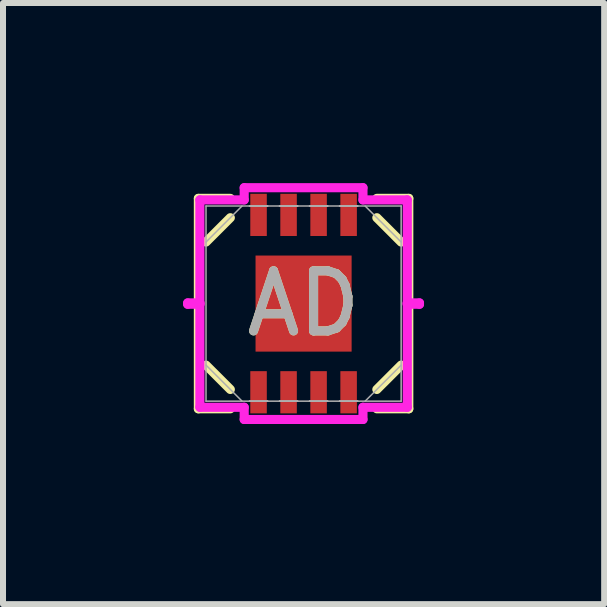
<source format=kicad_pcb>
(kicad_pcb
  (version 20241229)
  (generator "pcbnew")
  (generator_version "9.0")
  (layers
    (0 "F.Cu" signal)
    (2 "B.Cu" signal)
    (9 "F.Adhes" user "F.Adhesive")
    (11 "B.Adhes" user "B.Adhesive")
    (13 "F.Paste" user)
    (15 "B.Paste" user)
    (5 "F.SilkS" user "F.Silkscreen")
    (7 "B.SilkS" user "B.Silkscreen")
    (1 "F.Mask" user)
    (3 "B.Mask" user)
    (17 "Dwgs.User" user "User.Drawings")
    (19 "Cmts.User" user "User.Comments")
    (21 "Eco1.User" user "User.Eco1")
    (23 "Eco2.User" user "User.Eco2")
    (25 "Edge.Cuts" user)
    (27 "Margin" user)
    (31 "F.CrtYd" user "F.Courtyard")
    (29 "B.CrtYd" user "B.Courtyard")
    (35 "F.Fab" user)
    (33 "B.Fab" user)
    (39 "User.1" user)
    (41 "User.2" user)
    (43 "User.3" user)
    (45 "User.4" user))
  (footprint "AD"
    (layer "F.Cu")
    (at 2.006 2.006)
    (property "Reference" "AD" (at 0 0 0) (unlocked yes) (layer "F.SilkS") (effects (font (size 1 1) (thickness 0.15))))
    (attr smd)
    (fp_line (start -1.752 -1.752) (end -1.752 1.752) (stroke (width 0.152) (type solid)) (layer "F.SilkS"))
    (fp_line (start -1.752 1.752) (end -1.22 1.752) (stroke (width 0.152) (type solid)) (layer "F.SilkS"))
    (fp_line (start -1.625 -1.025) (end -1.22 -1.43) (stroke (width 0.152) (type solid)) (layer "F.SilkS"))
    (fp_line (start -1.22 -1.752) (end -1.752 -1.752) (stroke (width 0.152) (type solid)) (layer "F.SilkS"))
    (fp_line (start -1.22 1.43) (end -1.625 1.025) (stroke (width 0.152) (type solid)) (layer "F.SilkS"))
    (fp_line (start 1.22 -1.43) (end 1.625 -1.025) (stroke (width 0.152) (type solid)) (layer "F.SilkS"))
    (fp_line (start 1.22 1.43) (end 1.625 1.025) (stroke (width 0.152) (type solid)) (layer "F.SilkS"))
    (fp_line (start 1.22 1.752) (end 1.752 1.752) (stroke (width 0.152) (type solid)) (layer "F.SilkS"))
    (fp_line (start 1.752 -1.752) (end 1.22 -1.752) (stroke (width 0.152) (type solid)) (layer "F.SilkS"))
    (fp_line (start 1.752 1.752) (end 1.752 -1.752) (stroke (width 0.152) (type solid)) (layer "F.SilkS"))
    (fp_line (start -1.93 -0.011) (end -1.93 0.011) (stroke (width 0.152) (type solid)) (layer "F.CrtYd"))
    (fp_line (start -1.93 0.011) (end -1.727 0.011) (stroke (width 0.152) (type solid)) (layer "F.CrtYd"))
    (fp_line (start -1.727 -1.727) (end -0.989 -1.727) (stroke (width 0.152) (type solid)) (layer "F.CrtYd"))
    (fp_line (start -1.727 -0.011) (end -1.93 -0.011) (stroke (width 0.152) (type solid)) (layer "F.CrtYd"))
    (fp_line (start -1.727 0.011) (end -1.727 -1.727) (stroke (width 0.152) (type solid)) (layer "F.CrtYd"))
    (fp_line (start -1.727 1.727) (end -1.727 -0.011) (stroke (width 0.152) (type solid)) (layer "F.CrtYd"))
    (fp_line (start -0.989 -1.93) (end 0.989 -1.93) (stroke (width 0.152) (type solid)) (layer "F.CrtYd"))
    (fp_line (start -0.989 -1.727) (end -0.989 -1.93) (stroke (width 0.152) (type solid)) (layer "F.CrtYd"))
    (fp_line (start -0.989 1.727) (end -1.727 1.727) (stroke (width 0.152) (type solid)) (layer "F.CrtYd"))
    (fp_line (start -0.989 1.93) (end -0.989 1.727) (stroke (width 0.152) (type solid)) (layer "F.CrtYd"))
    (fp_line (start 0.989 -1.93) (end 0.989 -1.727) (stroke (width 0.152) (type solid)) (layer "F.CrtYd"))
    (fp_line (start 0.989 -1.727) (end 1.727 -1.727) (stroke (width 0.152) (type solid)) (layer "F.CrtYd"))
    (fp_line (start 0.989 1.727) (end 0.989 1.93) (stroke (width 0.152) (type solid)) (layer "F.CrtYd"))
    (fp_line (start 0.989 1.93) (end -0.989 1.93) (stroke (width 0.152) (type solid)) (layer "F.CrtYd"))
    (fp_line (start 1.727 -1.727) (end 1.727 0.011) (stroke (width 0.152) (type solid)) (layer "F.CrtYd"))
    (fp_line (start 1.727 -0.011) (end 1.727 1.727) (stroke (width 0.152) (type solid)) (layer "F.CrtYd"))
    (fp_line (start 1.727 0.011) (end 1.93 0.011) (stroke (width 0.152) (type solid)) (layer "F.CrtYd"))
    (fp_line (start 1.727 1.727) (end 0.989 1.727) (stroke (width 0.152) (type solid)) (layer "F.CrtYd"))
    (fp_line (start 1.93 -0.011) (end 1.727 -0.011) (stroke (width 0.152) (type solid)) (layer "F.CrtYd"))
    (fp_line (start 1.93 0.011) (end 1.93 -0.011) (stroke (width 0.152) (type solid)) (layer "F.CrtYd"))
    (fp_line (start -1.625 -1.625) (end -1.625 1.625) (stroke (width 0.025) (type solid)) (layer "F.Fab"))
    (fp_line (start -1.625 -1.025) (end -1.025 -1.625) (stroke (width 0.025) (type solid)) (layer "F.Fab"))
    (fp_line (start -1.625 1.625) (end 1.625 1.625) (stroke (width 0.025) (type solid)) (layer "F.Fab"))
    (fp_line (start -1.025 1.625) (end -1.625 1.025) (stroke (width 0.025) (type solid)) (layer "F.Fab"))
    (fp_line (start -0.9 -1.625) (end -0.9 -1.625) (stroke (width 0.025) (type solid)) (layer "F.Fab"))
    (fp_line (start -0.9 -1.625) (end -0.6 -1.625) (stroke (width 0.025) (type solid)) (layer "F.Fab"))
    (fp_line (start -0.9 1.625) (end -0.9 1.625) (stroke (width 0.025) (type solid)) (layer "F.Fab"))
    (fp_line (start -0.9 1.625) (end -0.6 1.625) (stroke (width 0.025) (type solid)) (layer "F.Fab"))
    (fp_line (start -0.6 -1.625) (end -0.9 -1.625) (stroke (width 0.025) (type solid)) (layer "F.Fab"))
    (fp_line (start -0.6 -1.625) (end -0.6 -1.625) (stroke (width 0.025) (type solid)) (layer "F.Fab"))
    (fp_line (start -0.6 1.625) (end -0.9 1.625) (stroke (width 0.025) (type solid)) (layer "F.Fab"))
    (fp_line (start -0.6 1.625) (end -0.6 1.625) (stroke (width 0.025) (type solid)) (layer "F.Fab"))
    (fp_line (start -0.4 -1.625) (end -0.4 -1.625) (stroke (width 0.025) (type solid)) (layer "F.Fab"))
    (fp_line (start -0.4 -1.625) (end -0.1 -1.625) (stroke (width 0.025) (type solid)) (layer "F.Fab"))
    (fp_line (start -0.4 1.625) (end -0.4 1.625) (stroke (width 0.025) (type solid)) (layer "F.Fab"))
    (fp_line (start -0.4 1.625) (end -0.1 1.625) (stroke (width 0.025) (type solid)) (layer "F.Fab"))
    (fp_line (start -0.1 -1.625) (end -0.4 -1.625) (stroke (width 0.025) (type solid)) (layer "F.Fab"))
    (fp_line (start -0.1 -1.625) (end -0.1 -1.625) (stroke (width 0.025) (type solid)) (layer "F.Fab"))
    (fp_line (start -0.1 1.625) (end -0.4 1.625) (stroke (width 0.025) (type solid)) (layer "F.Fab"))
    (fp_line (start -0.1 1.625) (end -0.1 1.625) (stroke (width 0.025) (type solid)) (layer "F.Fab"))
    (fp_line (start 0.1 -1.625) (end 0.1 -1.625) (stroke (width 0.025) (type solid)) (layer "F.Fab"))
    (fp_line (start 0.1 -1.625) (end 0.4 -1.625) (stroke (width 0.025) (type solid)) (layer "F.Fab"))
    (fp_line (start 0.1 1.625) (end 0.1 1.625) (stroke (width 0.025) (type solid)) (layer "F.Fab"))
    (fp_line (start 0.1 1.625) (end 0.4 1.625) (stroke (width 0.025) (type solid)) (layer "F.Fab"))
    (fp_line (start 0.4 -1.625) (end 0.1 -1.625) (stroke (width 0.025) (type solid)) (layer "F.Fab"))
    (fp_line (start 0.4 -1.625) (end 0.4 -1.625) (stroke (width 0.025) (type solid)) (layer "F.Fab"))
    (fp_line (start 0.4 1.625) (end 0.1 1.625) (stroke (width 0.025) (type solid)) (layer "F.Fab"))
    (fp_line (start 0.4 1.625) (end 0.4 1.625) (stroke (width 0.025) (type solid)) (layer "F.Fab"))
    (fp_line (start 0.6 -1.625) (end 0.6 -1.625) (stroke (width 0.025) (type solid)) (layer "F.Fab"))
    (fp_line (start 0.6 -1.625) (end 0.9 -1.625) (stroke (width 0.025) (type solid)) (layer "F.Fab"))
    (fp_line (start 0.6 1.625) (end 0.6 1.625) (stroke (width 0.025) (type solid)) (layer "F.Fab"))
    (fp_line (start 0.6 1.625) (end 0.9 1.625) (stroke (width 0.025) (type solid)) (layer "F.Fab"))
    (fp_line (start 0.9 -1.625) (end 0.6 -1.625) (stroke (width 0.025) (type solid)) (layer "F.Fab"))
    (fp_line (start 0.9 -1.625) (end 0.9 -1.625) (stroke (width 0.025) (type solid)) (layer "F.Fab"))
    (fp_line (start 0.9 1.625) (end 0.6 1.625) (stroke (width 0.025) (type solid)) (layer "F.Fab"))
    (fp_line (start 0.9 1.625) (end 0.9 1.625) (stroke (width 0.025) (type solid)) (layer "F.Fab"))
    (fp_line (start 1.025 -1.625) (end 1.625 -1.025) (stroke (width 0.025) (type solid)) (layer "F.Fab"))
    (fp_line (start 1.025 1.625) (end 1.625 1.025) (stroke (width 0.025) (type solid)) (layer "F.Fab"))
    (fp_line (start 1.625 -1.625) (end -1.625 -1.625) (stroke (width 0.025) (type solid)) (layer "F.Fab"))
    (fp_line (start 1.625 1.625) (end 1.625 -1.625) (stroke (width 0.025) (type solid)) (layer "F.Fab"))
    (fp_text user "${REFERENCE}" (at 0 0 0) (unlocked yes) (layer "F.Fab") (effects (font (size 1 1) (thickness 0.15))))
    (pad "1" smd rect (at 0.75 -1.477) (size 0.275 0.703) (layers "F.Cu" "F.Mask" "F.Paste"))
    (pad "2" smd rect (at 0.25 -1.477) (size 0.275 0.703) (layers "F.Cu" "F.Mask" "F.Paste"))
    (pad "3" smd rect (at -0.25 -1.477) (size 0.275 0.703) (layers "F.Cu" "F.Mask" "F.Paste"))
    (pad "4" smd rect (at -0.75 -1.477) (size 0.275 0.703) (layers "F.Cu" "F.Mask" "F.Paste"))
    (pad "5" smd rect (at -0.75 1.477) (size 0.275 0.703) (layers "F.Cu" "F.Mask" "F.Paste"))
    (pad "6" smd rect (at -0.25 1.477) (size 0.275 0.703) (layers "F.Cu" "F.Mask" "F.Paste"))
    (pad "7" smd rect (at 0.25 1.477) (size 0.275 0.703) (layers "F.Cu" "F.Mask" "F.Paste"))
    (pad "8" smd rect (at 0.75 1.477) (size 0.275 0.703) (layers "F.Cu" "F.Mask" "F.Paste"))
    (pad "HTAB" smd rect (at 0 0) (size 1.6 1.6) (layers "F.Cu" "F.Mask" "F.Paste")))
  (gr_rect
    (start -3 -3)
    (end 7.012 7.012)
    (stroke (width 0.1) (type default))
    (fill no)
    (layer "Edge.Cuts")))
</source>
